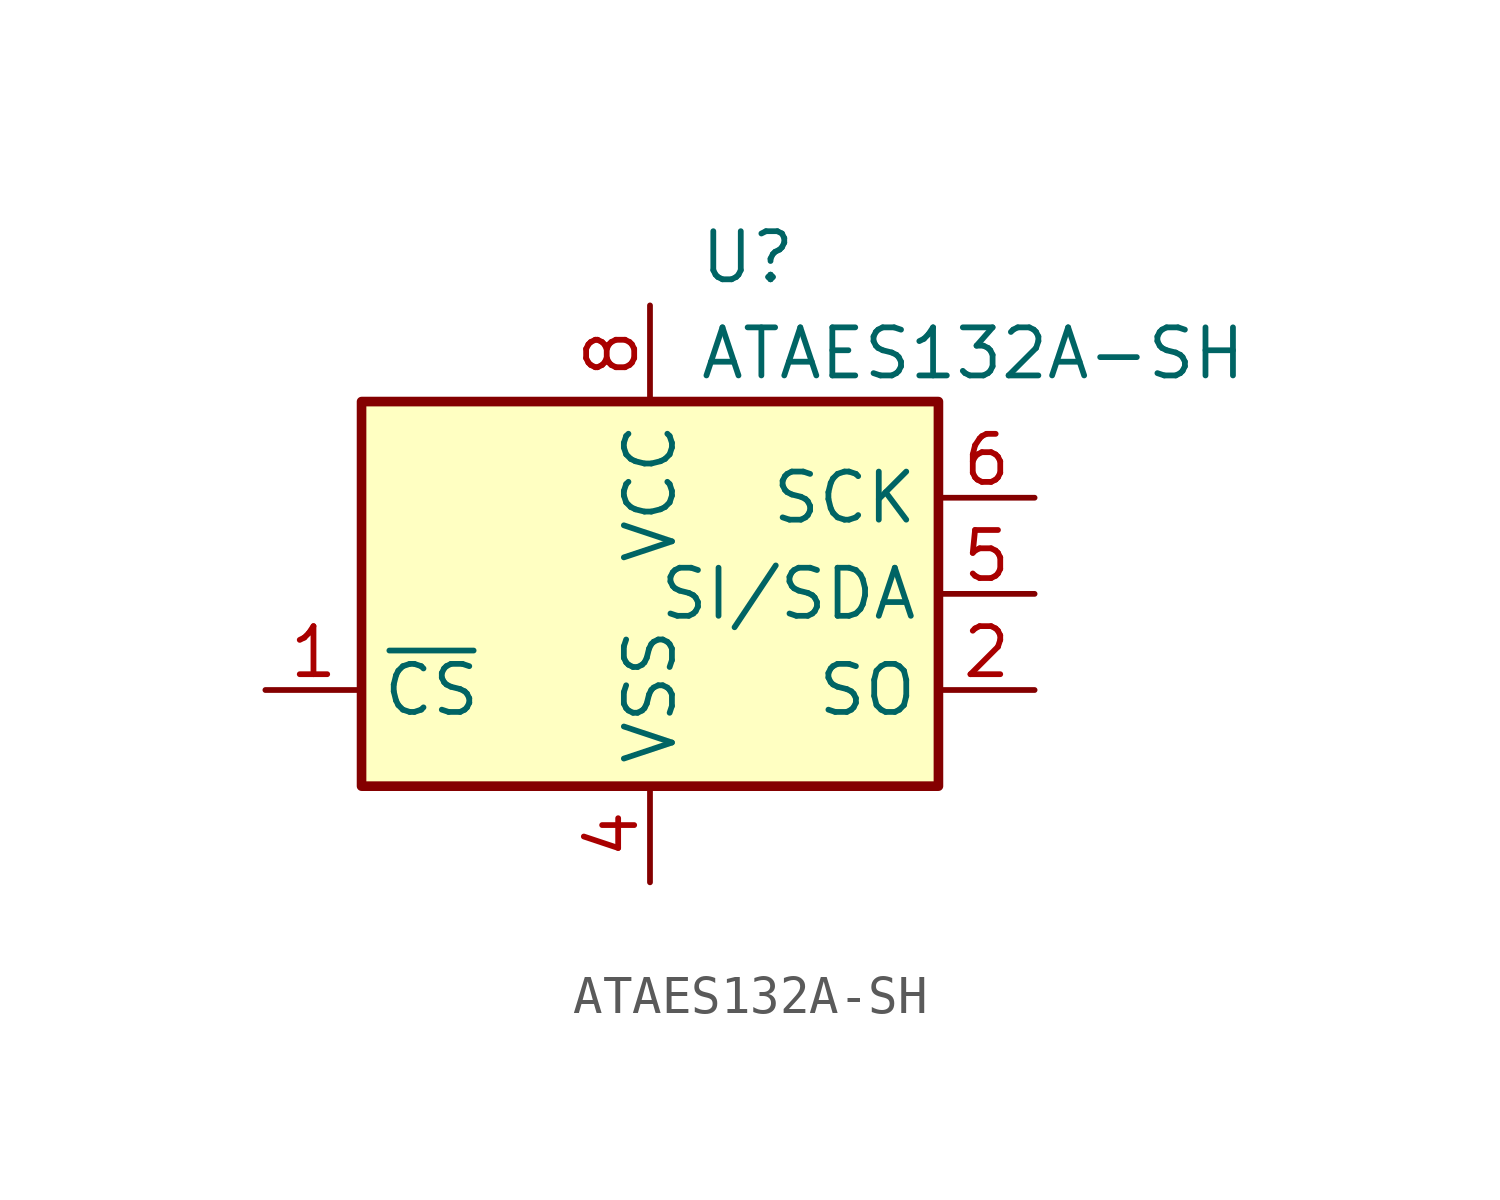
<source format=kicad_sym>
(kicad_symbol_lib
  (version 20201005)
  (generator kicad_symbol_editor)
  (symbol "ATAES132A-SH"
    (property "Reference" "U"
      (at 1.27 8.89 0)
      (effects (font (size 1.27 1.27)) (justify left)))
    (property "Value" "ATAES132A-SH"
      (at 1.27 6.35 0)
      (effects (font (size 1.27 1.27)) (justify left)))
    (symbol "ATAES132A-SH_0_1"
      (rectangle (start 7.62 5.08) (end -7.62 -5.08) (stroke (width 0.254)) (fill (type background))))
    (symbol "ATAES132A-SH_1_1"
      (pin input line (at -10.16 -2.54 0) (length 2.54) (name "~CS" (effects (font (size 1.27 1.27)))) (number "1" (effects (font (size 1.27 1.27)))))
      (pin output line (at 10.16 -2.54 180) (length 2.54) (name "SO" (effects (font (size 1.27 1.27)))) (number "2" (effects (font (size 1.27 1.27)))))
      (pin no_connect line (at -7.62 2.54 0) (length 2.54) hide (name "NC" (effects (font (size 1.27 1.27)))) (number "3" (effects (font (size 1.27 1.27)))))
      (pin power_in line (at 0 -7.62 90) (length 2.54) (name "VSS" (effects (font (size 1.27 1.27)))) (number "4" (effects (font (size 1.27 1.27)))))
      (pin bidirectional line (at 10.16 0 180) (length 2.54) (name "SI/SDA" (effects (font (size 1.27 1.27)))) (number "5" (effects (font (size 1.27 1.27)))))
      (pin input line (at 10.16 2.54 180) (length 2.54) (name "SCK" (effects (font (size 1.27 1.27)))) (number "6" (effects (font (size 1.27 1.27)))))
      (pin no_connect line (at -7.62 0 0) (length 2.54) hide (name "NC" (effects (font (size 1.27 1.27)))) (number "7" (effects (font (size 1.27 1.27)))))
      (pin power_in line (at 0 7.62 270) (length 2.54) (name "VCC" (effects (font (size 1.27 1.27)))) (number "8" (effects (font (size 1.27 1.27))))))))
</source>
